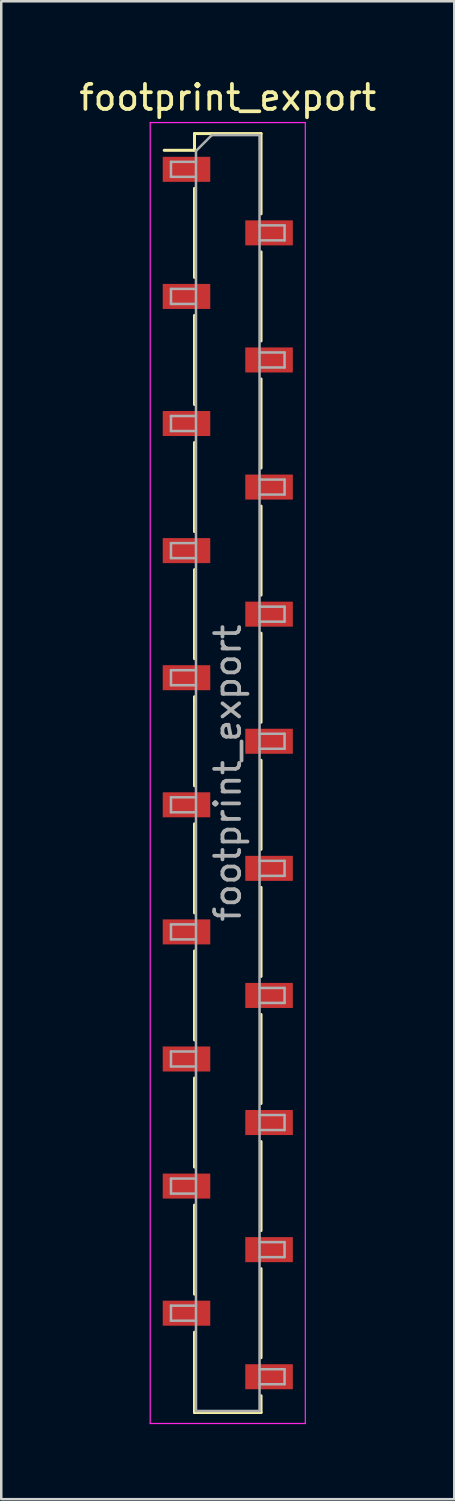
<source format=kicad_pcb>
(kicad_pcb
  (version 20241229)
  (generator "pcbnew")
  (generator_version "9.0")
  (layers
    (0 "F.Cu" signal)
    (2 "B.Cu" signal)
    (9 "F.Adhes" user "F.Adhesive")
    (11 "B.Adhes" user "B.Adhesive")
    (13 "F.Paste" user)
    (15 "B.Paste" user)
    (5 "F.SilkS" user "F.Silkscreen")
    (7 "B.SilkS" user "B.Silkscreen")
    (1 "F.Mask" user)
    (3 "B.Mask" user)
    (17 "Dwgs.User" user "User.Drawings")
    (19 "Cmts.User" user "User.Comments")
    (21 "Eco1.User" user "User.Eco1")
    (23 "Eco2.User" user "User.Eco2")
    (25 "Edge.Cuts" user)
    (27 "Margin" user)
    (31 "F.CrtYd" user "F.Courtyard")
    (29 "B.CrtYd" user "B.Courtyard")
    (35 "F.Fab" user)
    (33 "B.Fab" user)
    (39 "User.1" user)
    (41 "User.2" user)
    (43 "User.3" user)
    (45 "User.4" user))
  (footprint "footprint_export"
    (layer "F.Cu")
    (at 6.054 27.848)
    (property "Reference" "footprint_export" (at 0 -27 0) (layer "F.SilkS") (effects (font (size 1 1) (thickness 0.15))))
    (attr smd)
    (fp_line (start -2.54 -24.89) (end -1.33 -24.89) (stroke (width 0.12) (type solid)) (layer "F.SilkS"))
    (fp_line (start -1.33 -25.56) (end -1.33 -24.89) (stroke (width 0.12) (type solid)) (layer "F.SilkS"))
    (fp_line (start -1.33 -25.56) (end 1.33 -25.56) (stroke (width 0.12) (type solid)) (layer "F.SilkS"))
    (fp_line (start -1.33 -23.37) (end -1.33 -19.81) (stroke (width 0.12) (type solid)) (layer "F.SilkS"))
    (fp_line (start -1.33 -18.29) (end -1.33 -14.73) (stroke (width 0.12) (type solid)) (layer "F.SilkS"))
    (fp_line (start -1.33 -13.21) (end -1.33 -9.65) (stroke (width 0.12) (type solid)) (layer "F.SilkS"))
    (fp_line (start -1.33 -8.13) (end -1.33 -4.57) (stroke (width 0.12) (type solid)) (layer "F.SilkS"))
    (fp_line (start -1.33 -3.05) (end -1.33 0.51) (stroke (width 0.12) (type solid)) (layer "F.SilkS"))
    (fp_line (start -1.33 2.03) (end -1.33 5.59) (stroke (width 0.12) (type solid)) (layer "F.SilkS"))
    (fp_line (start -1.33 7.11) (end -1.33 10.67) (stroke (width 0.12) (type solid)) (layer "F.SilkS"))
    (fp_line (start -1.33 12.19) (end -1.33 15.75) (stroke (width 0.12) (type solid)) (layer "F.SilkS"))
    (fp_line (start -1.33 17.27) (end -1.33 20.83) (stroke (width 0.12) (type solid)) (layer "F.SilkS"))
    (fp_line (start -1.33 22.35) (end -1.33 25.56) (stroke (width 0.12) (type solid)) (layer "F.SilkS"))
    (fp_line (start -1.33 25.56) (end 1.33 25.56) (stroke (width 0.12) (type solid)) (layer "F.SilkS"))
    (fp_line (start 1.33 -25.56) (end 1.33 -22.35) (stroke (width 0.12) (type solid)) (layer "F.SilkS"))
    (fp_line (start 1.33 -20.83) (end 1.33 -17.27) (stroke (width 0.12) (type solid)) (layer "F.SilkS"))
    (fp_line (start 1.33 -15.75) (end 1.33 -12.19) (stroke (width 0.12) (type solid)) (layer "F.SilkS"))
    (fp_line (start 1.33 -10.67) (end 1.33 -7.11) (stroke (width 0.12) (type solid)) (layer "F.SilkS"))
    (fp_line (start 1.33 -5.59) (end 1.33 -2.03) (stroke (width 0.12) (type solid)) (layer "F.SilkS"))
    (fp_line (start 1.33 -0.51) (end 1.33 3.05) (stroke (width 0.12) (type solid)) (layer "F.SilkS"))
    (fp_line (start 1.33 4.57) (end 1.33 8.13) (stroke (width 0.12) (type solid)) (layer "F.SilkS"))
    (fp_line (start 1.33 9.65) (end 1.33 13.21) (stroke (width 0.12) (type solid)) (layer "F.SilkS"))
    (fp_line (start 1.33 14.73) (end 1.33 18.29) (stroke (width 0.12) (type solid)) (layer "F.SilkS"))
    (fp_line (start 1.33 19.81) (end 1.33 23.37) (stroke (width 0.12) (type solid)) (layer "F.SilkS"))
    (fp_line (start 1.33 24.89) (end 1.33 25.56) (stroke (width 0.12) (type solid)) (layer "F.SilkS"))
    (fp_line (start -3.1 -26) (end 3.1 -26) (stroke (width 0.05) (type solid)) (layer "F.CrtYd"))
    (fp_line (start -3.1 26) (end -3.1 -26) (stroke (width 0.05) (type solid)) (layer "F.CrtYd"))
    (fp_line (start 3.1 -26) (end 3.1 26) (stroke (width 0.05) (type solid)) (layer "F.CrtYd"))
    (fp_line (start 3.1 26) (end -3.1 26) (stroke (width 0.05) (type solid)) (layer "F.CrtYd"))
    (fp_line (start -2.27 -24.43) (end -1.27 -24.43) (stroke (width 0.1) (type solid)) (layer "F.Fab"))
    (fp_line (start -2.27 -23.83) (end -2.27 -24.43) (stroke (width 0.1) (type solid)) (layer "F.Fab"))
    (fp_line (start -2.27 -19.35) (end -1.27 -19.35) (stroke (width 0.1) (type solid)) (layer "F.Fab"))
    (fp_line (start -2.27 -18.75) (end -2.27 -19.35) (stroke (width 0.1) (type solid)) (layer "F.Fab"))
    (fp_line (start -2.27 -14.27) (end -1.27 -14.27) (stroke (width 0.1) (type solid)) (layer "F.Fab"))
    (fp_line (start -2.27 -13.67) (end -2.27 -14.27) (stroke (width 0.1) (type solid)) (layer "F.Fab"))
    (fp_line (start -2.27 -9.19) (end -1.27 -9.19) (stroke (width 0.1) (type solid)) (layer "F.Fab"))
    (fp_line (start -2.27 -8.59) (end -2.27 -9.19) (stroke (width 0.1) (type solid)) (layer "F.Fab"))
    (fp_line (start -2.27 -4.11) (end -1.27 -4.11) (stroke (width 0.1) (type solid)) (layer "F.Fab"))
    (fp_line (start -2.27 -3.51) (end -2.27 -4.11) (stroke (width 0.1) (type solid)) (layer "F.Fab"))
    (fp_line (start -2.27 0.97) (end -1.27 0.97) (stroke (width 0.1) (type solid)) (layer "F.Fab"))
    (fp_line (start -2.27 1.57) (end -2.27 0.97) (stroke (width 0.1) (type solid)) (layer "F.Fab"))
    (fp_line (start -2.27 6.05) (end -1.27 6.05) (stroke (width 0.1) (type solid)) (layer "F.Fab"))
    (fp_line (start -2.27 6.65) (end -2.27 6.05) (stroke (width 0.1) (type solid)) (layer "F.Fab"))
    (fp_line (start -2.27 11.13) (end -1.27 11.13) (stroke (width 0.1) (type solid)) (layer "F.Fab"))
    (fp_line (start -2.27 11.73) (end -2.27 11.13) (stroke (width 0.1) (type solid)) (layer "F.Fab"))
    (fp_line (start -2.27 16.21) (end -1.27 16.21) (stroke (width 0.1) (type solid)) (layer "F.Fab"))
    (fp_line (start -2.27 16.81) (end -2.27 16.21) (stroke (width 0.1) (type solid)) (layer "F.Fab"))
    (fp_line (start -2.27 21.29) (end -1.27 21.29) (stroke (width 0.1) (type solid)) (layer "F.Fab"))
    (fp_line (start -2.27 21.89) (end -2.27 21.29) (stroke (width 0.1) (type solid)) (layer "F.Fab"))
    (fp_line (start -1.27 -24.865) (end -0.635 -25.5) (stroke (width 0.1) (type solid)) (layer "F.Fab"))
    (fp_line (start -1.27 -23.83) (end -2.27 -23.83) (stroke (width 0.1) (type solid)) (layer "F.Fab"))
    (fp_line (start -1.27 -18.75) (end -2.27 -18.75) (stroke (width 0.1) (type solid)) (layer "F.Fab"))
    (fp_line (start -1.27 -13.67) (end -2.27 -13.67) (stroke (width 0.1) (type solid)) (layer "F.Fab"))
    (fp_line (start -1.27 -8.59) (end -2.27 -8.59) (stroke (width 0.1) (type solid)) (layer "F.Fab"))
    (fp_line (start -1.27 -3.51) (end -2.27 -3.51) (stroke (width 0.1) (type solid)) (layer "F.Fab"))
    (fp_line (start -1.27 1.57) (end -2.27 1.57) (stroke (width 0.1) (type solid)) (layer "F.Fab"))
    (fp_line (start -1.27 6.65) (end -2.27 6.65) (stroke (width 0.1) (type solid)) (layer "F.Fab"))
    (fp_line (start -1.27 11.73) (end -2.27 11.73) (stroke (width 0.1) (type solid)) (layer "F.Fab"))
    (fp_line (start -1.27 16.81) (end -2.27 16.81) (stroke (width 0.1) (type solid)) (layer "F.Fab"))
    (fp_line (start -1.27 21.89) (end -2.27 21.89) (stroke (width 0.1) (type solid)) (layer "F.Fab"))
    (fp_line (start -1.27 25.5) (end -1.27 -24.865) (stroke (width 0.1) (type solid)) (layer "F.Fab"))
    (fp_line (start -0.635 -25.5) (end 1.27 -25.5) (stroke (width 0.1) (type solid)) (layer "F.Fab"))
    (fp_line (start 1.27 -25.5) (end 1.27 25.5) (stroke (width 0.1) (type solid)) (layer "F.Fab"))
    (fp_line (start 1.27 -21.89) (end 2.27 -21.89) (stroke (width 0.1) (type solid)) (layer "F.Fab"))
    (fp_line (start 1.27 -16.81) (end 2.27 -16.81) (stroke (width 0.1) (type solid)) (layer "F.Fab"))
    (fp_line (start 1.27 -11.73) (end 2.27 -11.73) (stroke (width 0.1) (type solid)) (layer "F.Fab"))
    (fp_line (start 1.27 -6.65) (end 2.27 -6.65) (stroke (width 0.1) (type solid)) (layer "F.Fab"))
    (fp_line (start 1.27 -1.57) (end 2.27 -1.57) (stroke (width 0.1) (type solid)) (layer "F.Fab"))
    (fp_line (start 1.27 3.51) (end 2.27 3.51) (stroke (width 0.1) (type solid)) (layer "F.Fab"))
    (fp_line (start 1.27 8.59) (end 2.27 8.59) (stroke (width 0.1) (type solid)) (layer "F.Fab"))
    (fp_line (start 1.27 13.67) (end 2.27 13.67) (stroke (width 0.1) (type solid)) (layer "F.Fab"))
    (fp_line (start 1.27 18.75) (end 2.27 18.75) (stroke (width 0.1) (type solid)) (layer "F.Fab"))
    (fp_line (start 1.27 23.83) (end 2.27 23.83) (stroke (width 0.1) (type solid)) (layer "F.Fab"))
    (fp_line (start 1.27 25.5) (end -1.27 25.5) (stroke (width 0.1) (type solid)) (layer "F.Fab"))
    (fp_line (start 2.27 -21.89) (end 2.27 -21.29) (stroke (width 0.1) (type solid)) (layer "F.Fab"))
    (fp_line (start 2.27 -21.29) (end 1.27 -21.29) (stroke (width 0.1) (type solid)) (layer "F.Fab"))
    (fp_line (start 2.27 -16.81) (end 2.27 -16.21) (stroke (width 0.1) (type solid)) (layer "F.Fab"))
    (fp_line (start 2.27 -16.21) (end 1.27 -16.21) (stroke (width 0.1) (type solid)) (layer "F.Fab"))
    (fp_line (start 2.27 -11.73) (end 2.27 -11.13) (stroke (width 0.1) (type solid)) (layer "F.Fab"))
    (fp_line (start 2.27 -11.13) (end 1.27 -11.13) (stroke (width 0.1) (type solid)) (layer "F.Fab"))
    (fp_line (start 2.27 -6.65) (end 2.27 -6.05) (stroke (width 0.1) (type solid)) (layer "F.Fab"))
    (fp_line (start 2.27 -6.05) (end 1.27 -6.05) (stroke (width 0.1) (type solid)) (layer "F.Fab"))
    (fp_line (start 2.27 -1.57) (end 2.27 -0.97) (stroke (width 0.1) (type solid)) (layer "F.Fab"))
    (fp_line (start 2.27 -0.97) (end 1.27 -0.97) (stroke (width 0.1) (type solid)) (layer "F.Fab"))
    (fp_line (start 2.27 3.51) (end 2.27 4.11) (stroke (width 0.1) (type solid)) (layer "F.Fab"))
    (fp_line (start 2.27 4.11) (end 1.27 4.11) (stroke (width 0.1) (type solid)) (layer "F.Fab"))
    (fp_line (start 2.27 8.59) (end 2.27 9.19) (stroke (width 0.1) (type solid)) (layer "F.Fab"))
    (fp_line (start 2.27 9.19) (end 1.27 9.19) (stroke (width 0.1) (type solid)) (layer "F.Fab"))
    (fp_line (start 2.27 13.67) (end 2.27 14.27) (stroke (width 0.1) (type solid)) (layer "F.Fab"))
    (fp_line (start 2.27 14.27) (end 1.27 14.27) (stroke (width 0.1) (type solid)) (layer "F.Fab"))
    (fp_line (start 2.27 18.75) (end 2.27 19.35) (stroke (width 0.1) (type solid)) (layer "F.Fab"))
    (fp_line (start 2.27 19.35) (end 1.27 19.35) (stroke (width 0.1) (type solid)) (layer "F.Fab"))
    (fp_line (start 2.27 23.83) (end 2.27 24.43) (stroke (width 0.1) (type solid)) (layer "F.Fab"))
    (fp_line (start 2.27 24.43) (end 1.27 24.43) (stroke (width 0.1) (type solid)) (layer "F.Fab"))
    (fp_text user "${REFERENCE}" (at 0 0 90) (layer "F.Fab") (effects (font (size 1 1) (thickness 0.15))))
    (pad "1" smd rect (at -1.65 -24.13) (size 1.9 1) (layers "F.Cu" "F.Mask" "F.Paste"))
    (pad "2" smd rect (at 1.65 -21.59) (size 1.9 1) (layers "F.Cu" "F.Mask" "F.Paste"))
    (pad "3" smd rect (at -1.65 -19.05) (size 1.9 1) (layers "F.Cu" "F.Mask" "F.Paste"))
    (pad "4" smd rect (at 1.65 -16.51) (size 1.9 1) (layers "F.Cu" "F.Mask" "F.Paste"))
    (pad "5" smd rect (at -1.65 -13.97) (size 1.9 1) (layers "F.Cu" "F.Mask" "F.Paste"))
    (pad "6" smd rect (at 1.65 -11.43) (size 1.9 1) (layers "F.Cu" "F.Mask" "F.Paste"))
    (pad "7" smd rect (at -1.65 -8.89) (size 1.9 1) (layers "F.Cu" "F.Mask" "F.Paste"))
    (pad "8" smd rect (at 1.65 -6.35) (size 1.9 1) (layers "F.Cu" "F.Mask" "F.Paste"))
    (pad "9" smd rect (at -1.65 -3.81) (size 1.9 1) (layers "F.Cu" "F.Mask" "F.Paste"))
    (pad "10" smd rect (at 1.65 -1.27) (size 1.9 1) (layers "F.Cu" "F.Mask" "F.Paste"))
    (pad "11" smd rect (at -1.65 1.27) (size 1.9 1) (layers "F.Cu" "F.Mask" "F.Paste"))
    (pad "12" smd rect (at 1.65 3.81) (size 1.9 1) (layers "F.Cu" "F.Mask" "F.Paste"))
    (pad "13" smd rect (at -1.65 6.35) (size 1.9 1) (layers "F.Cu" "F.Mask" "F.Paste"))
    (pad "14" smd rect (at 1.65 8.89) (size 1.9 1) (layers "F.Cu" "F.Mask" "F.Paste"))
    (pad "15" smd rect (at -1.65 11.43) (size 1.9 1) (layers "F.Cu" "F.Mask" "F.Paste"))
    (pad "16" smd rect (at 1.65 13.97) (size 1.9 1) (layers "F.Cu" "F.Mask" "F.Paste"))
    (pad "17" smd rect (at -1.65 16.51) (size 1.9 1) (layers "F.Cu" "F.Mask" "F.Paste"))
    (pad "18" smd rect (at 1.65 19.05) (size 1.9 1) (layers "F.Cu" "F.Mask" "F.Paste"))
    (pad "19" smd rect (at -1.65 21.59) (size 1.9 1) (layers "F.Cu" "F.Mask" "F.Paste"))
    (pad "20" smd rect (at 1.65 24.13) (size 1.9 1) (layers "F.Cu" "F.Mask" "F.Paste")))
  (gr_rect
    (start -3 -3)
    (end 15.107 56.873)
    (stroke (width 0.1) (type default))
    (fill no)
    (layer "Edge.Cuts")))
</source>
